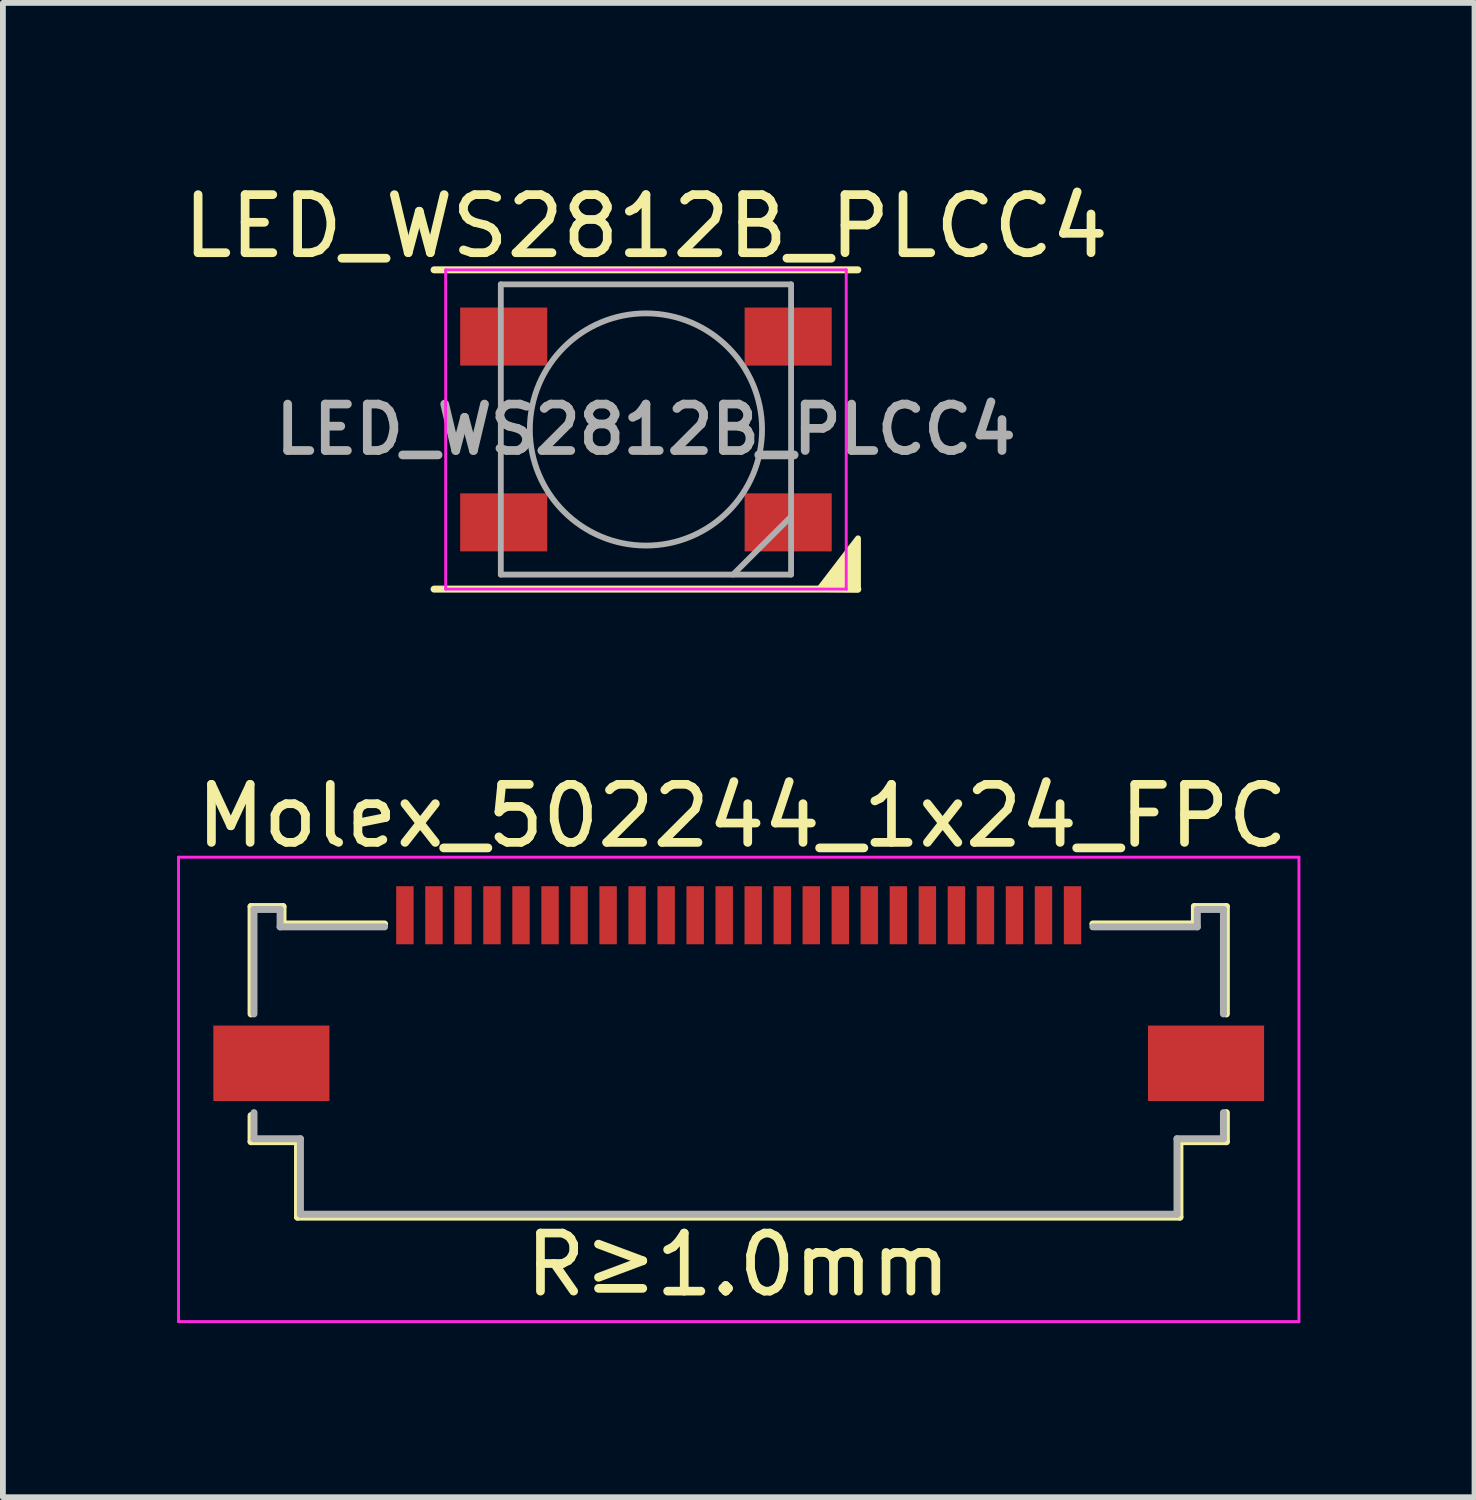
<source format=kicad_pcb>
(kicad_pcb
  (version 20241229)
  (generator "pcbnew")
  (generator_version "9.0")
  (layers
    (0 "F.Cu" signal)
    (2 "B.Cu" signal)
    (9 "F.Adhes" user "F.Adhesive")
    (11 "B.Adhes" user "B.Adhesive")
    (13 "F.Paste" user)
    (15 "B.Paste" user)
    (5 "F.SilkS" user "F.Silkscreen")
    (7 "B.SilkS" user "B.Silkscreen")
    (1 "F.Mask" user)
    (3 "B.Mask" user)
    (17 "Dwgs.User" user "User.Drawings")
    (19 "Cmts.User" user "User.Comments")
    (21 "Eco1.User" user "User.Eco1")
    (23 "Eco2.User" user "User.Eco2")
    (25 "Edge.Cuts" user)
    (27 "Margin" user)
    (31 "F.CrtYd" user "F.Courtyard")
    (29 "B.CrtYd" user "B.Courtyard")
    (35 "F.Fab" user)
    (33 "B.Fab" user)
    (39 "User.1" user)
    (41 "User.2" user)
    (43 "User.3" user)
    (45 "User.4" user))
  (footprint "LED_WS2812B_PLCC4"
    (layer "F.Cu")
    (at 8.077 4.348)
    (property "Reference" "LED_WS2812B_PLCC4" (at 0 -3.5 0) (layer "F.SilkS") (effects (font (size 1 1) (thickness 0.15))))
    (attr smd)
    (fp_line (start -3.65 -2.75) (end 3.65 -2.75) (stroke (width 0.12) (type solid)) (layer "F.SilkS"))
    (fp_line (start -3.65 2.75) (end 3.65 2.75) (stroke (width 0.12) (type solid)) (layer "F.SilkS"))
    (fp_poly (pts (xy 3.653 2.758) (xy 3 2.748) (xy 2.985 2.748) (xy 3.653 1.875)) (stroke (width 0.1) (type solid)) (fill yes) (layer "F.SilkS"))
    (fp_line (start -3.45 -2.75) (end -3.45 2.75) (stroke (width 0.05) (type solid)) (layer "F.CrtYd"))
    (fp_line (start -3.45 2.75) (end 3.45 2.75) (stroke (width 0.05) (type solid)) (layer "F.CrtYd"))
    (fp_line (start 3.45 -2.75) (end -3.45 -2.75) (stroke (width 0.05) (type solid)) (layer "F.CrtYd"))
    (fp_line (start 3.45 2.75) (end 3.45 -2.75) (stroke (width 0.05) (type solid)) (layer "F.CrtYd"))
    (fp_line (start -2.5 -2.5) (end -2.5 2.5) (stroke (width 0.1) (type solid)) (layer "F.Fab"))
    (fp_line (start -2.5 2.5) (end 2.5 2.5) (stroke (width 0.1) (type solid)) (layer "F.Fab"))
    (fp_line (start 2.5 -2.5) (end -2.5 -2.5) (stroke (width 0.1) (type solid)) (layer "F.Fab"))
    (fp_line (start 2.5 1.5) (end 1.5 2.5) (stroke (width 0.1) (type solid)) (layer "F.Fab"))
    (fp_line (start 2.5 2.5) (end 2.5 -2.5) (stroke (width 0.1) (type solid)) (layer "F.Fab"))
    (fp_circle (center 0 0) (end 0 -2) (stroke (width 0.1) (type solid)) (fill no) (layer "F.Fab"))
    (fp_text user "${REFERENCE}" (at 0 0 0) (layer "F.Fab") (effects (font (size 0.8 0.8) (thickness 0.15))))
    (pad "1" smd rect (at -2.45 -1.6) (size 1.5 1) (layers "F.Cu" "F.Mask" "F.Paste"))
    (pad "2" smd rect (at -2.45 1.6) (size 1.5 1) (layers "F.Cu" "F.Mask" "F.Paste"))
    (pad "3" smd rect (at 2.45 1.6) (size 1.5 1) (layers "F.Cu" "F.Mask" "F.Paste"))
    (pad "4" smd rect (at 2.45 -1.6) (size 1.5 1) (layers "F.Cu" "F.Mask" "F.Paste")))
  (footprint "Molex_502244_1x24_FPC"
    (layer "F.Cu")
    (at 9.675 12.716)
    (property "Reference" "Molex_502244_1x24_FPC" (at 0.06 -1.71 0) (layer "F.SilkS") (effects (font (size 1 1) (thickness 0.15))))
    (attr smd)
    (fp_line (start -8.4 -0.15) (end -8.4 1.7) (stroke (width 0.12) (type solid)) (layer "F.SilkS"))
    (fp_line (start -8.4 3.45) (end -8.4 3.9) (stroke (width 0.12) (type solid)) (layer "F.SilkS"))
    (fp_line (start -8.4 3.9) (end -7.6 3.9) (stroke (width 0.12) (type solid)) (layer "F.SilkS"))
    (fp_line (start -7.85 -0.15) (end -8.4 -0.15) (stroke (width 0.12) (type solid)) (layer "F.SilkS"))
    (fp_line (start -7.85 0.15) (end -7.85 -0.15) (stroke (width 0.12) (type solid)) (layer "F.SilkS"))
    (fp_line (start -7.6 3.9) (end -7.6 5.2) (stroke (width 0.12) (type solid)) (layer "F.SilkS"))
    (fp_line (start -7.6 5.2) (end 7.6 5.2) (stroke (width 0.12) (type solid)) (layer "F.SilkS"))
    (fp_line (start -6.1 0.15) (end -7.85 0.15) (stroke (width 0.12) (type solid)) (layer "F.SilkS"))
    (fp_line (start 7.6 3.9) (end 8.4 3.9) (stroke (width 0.12) (type solid)) (layer "F.SilkS"))
    (fp_line (start 7.6 5.2) (end 7.6 3.9) (stroke (width 0.12) (type solid)) (layer "F.SilkS"))
    (fp_line (start 7.85 -0.15) (end 7.85 0.15) (stroke (width 0.12) (type solid)) (layer "F.SilkS"))
    (fp_line (start 7.85 0.15) (end 6.1 0.15) (stroke (width 0.12) (type solid)) (layer "F.SilkS"))
    (fp_line (start 8.4 -0.15) (end 7.85 -0.15) (stroke (width 0.12) (type solid)) (layer "F.SilkS"))
    (fp_line (start 8.4 1.7) (end 8.4 -0.15) (stroke (width 0.12) (type solid)) (layer "F.SilkS"))
    (fp_line (start 8.4 3.9) (end 8.4 3.4) (stroke (width 0.12) (type solid)) (layer "F.SilkS"))
    (fp_line (start -9.65 -1) (end -9.65 7) (stroke (width 0.05) (type solid)) (layer "F.CrtYd"))
    (fp_line (start -9.65 -1) (end 9.65 -1) (stroke (width 0.05) (type solid)) (layer "F.CrtYd"))
    (fp_line (start -9.65 7) (end 9.65 7) (stroke (width 0.05) (type solid)) (layer "F.CrtYd"))
    (fp_line (start 9.65 -1) (end 9.65 7) (stroke (width 0.05) (type solid)) (layer "F.CrtYd"))
    (fp_line (start -8.35 -0.1) (end -8.35 1.7) (stroke (width 0.12) (type solid)) (layer "F.Fab"))
    (fp_line (start -8.35 3.4) (end -8.35 3.85) (stroke (width 0.12) (type solid)) (layer "F.Fab"))
    (fp_line (start -8.35 3.85) (end -7.55 3.85) (stroke (width 0.12) (type solid)) (layer "F.Fab"))
    (fp_line (start -7.9 -0.1) (end -8.35 -0.1) (stroke (width 0.12) (type solid)) (layer "F.Fab"))
    (fp_line (start -7.9 0.2) (end -7.9 -0.1) (stroke (width 0.12) (type solid)) (layer "F.Fab"))
    (fp_line (start -7.55 3.85) (end -7.55 5.15) (stroke (width 0.12) (type solid)) (layer "F.Fab"))
    (fp_line (start -7.55 5.15) (end 7.55 5.15) (stroke (width 0.12) (type solid)) (layer "F.Fab"))
    (fp_line (start -6.1 0.2) (end -7.9 0.2) (stroke (width 0.12) (type solid)) (layer "F.Fab"))
    (fp_line (start 7.55 3.85) (end 8.35 3.85) (stroke (width 0.12) (type solid)) (layer "F.Fab"))
    (fp_line (start 7.55 5.15) (end 7.55 3.85) (stroke (width 0.12) (type solid)) (layer "F.Fab"))
    (fp_line (start 7.9 -0.1) (end 7.9 0.2) (stroke (width 0.12) (type solid)) (layer "F.Fab"))
    (fp_line (start 7.9 0.2) (end 6.1 0.2) (stroke (width 0.12) (type solid)) (layer "F.Fab"))
    (fp_line (start 8.35 -0.1) (end 7.9 -0.1) (stroke (width 0.12) (type solid)) (layer "F.Fab"))
    (fp_line (start 8.35 1.7) (end 8.35 -0.1) (stroke (width 0.12) (type solid)) (layer "F.Fab"))
    (fp_line (start 8.35 3.85) (end 8.35 3.4) (stroke (width 0.12) (type solid)) (layer "F.Fab"))
    (fp_text user "R≥1.0mm" (at -0.01 6.02 0) (layer "F.SilkS") (effects (font (size 1 1) (thickness 0.15))))
    (pad "0" smd rect (at -8.05 2.55) (size 2 1.3) (layers "F.Cu" "F.Mask" "F.Paste"))
    (pad "0" smd rect (at 8.05 2.55) (size 2 1.3) (layers "F.Cu" "F.Mask" "F.Paste"))
    (pad "1" smd rect (at 5.75 0) (size 0.3 1) (layers "F.Cu" "F.Mask" "F.Paste"))
    (pad "2" smd rect (at 5.25 0) (size 0.3 1) (layers "F.Cu" "F.Mask" "F.Paste"))
    (pad "3" smd rect (at 4.75 0) (size 0.3 1) (layers "F.Cu" "F.Mask" "F.Paste"))
    (pad "4" smd rect (at 4.25 0) (size 0.3 1) (layers "F.Cu" "F.Mask" "F.Paste"))
    (pad "5" smd rect (at 3.75 0) (size 0.3 1) (layers "F.Cu" "F.Mask" "F.Paste"))
    (pad "6" smd rect (at 3.25 0) (size 0.3 1) (layers "F.Cu" "F.Mask" "F.Paste"))
    (pad "7" smd rect (at 2.75 0) (size 0.3 1) (layers "F.Cu" "F.Mask" "F.Paste"))
    (pad "8" smd rect (at 2.25 0) (size 0.3 1) (layers "F.Cu" "F.Mask" "F.Paste"))
    (pad "9" smd rect (at 1.75 0) (size 0.3 1) (layers "F.Cu" "F.Mask" "F.Paste"))
    (pad "10" smd rect (at 1.25 0) (size 0.3 1) (layers "F.Cu" "F.Mask" "F.Paste"))
    (pad "11" smd rect (at 0.75 0) (size 0.3 1) (layers "F.Cu" "F.Mask" "F.Paste"))
    (pad "12" smd rect (at 0.25 0) (size 0.3 1) (layers "F.Cu" "F.Mask" "F.Paste"))
    (pad "13" smd rect (at -0.25 0) (size 0.3 1) (layers "F.Cu" "F.Mask" "F.Paste"))
    (pad "14" smd rect (at -0.75 0) (size 0.3 1) (layers "F.Cu" "F.Mask" "F.Paste"))
    (pad "15" smd rect (at -1.25 0) (size 0.3 1) (layers "F.Cu" "F.Mask" "F.Paste"))
    (pad "16" smd rect (at -1.75 0) (size 0.3 1) (layers "F.Cu" "F.Mask" "F.Paste"))
    (pad "17" smd rect (at -2.25 0) (size 0.3 1) (layers "F.Cu" "F.Mask" "F.Paste"))
    (pad "18" smd rect (at -2.75 0) (size 0.3 1) (layers "F.Cu" "F.Mask" "F.Paste"))
    (pad "19" smd rect (at -3.25 0) (size 0.3 1) (layers "F.Cu" "F.Mask" "F.Paste"))
    (pad "20" smd rect (at -3.75 0) (size 0.3 1) (layers "F.Cu" "F.Mask" "F.Paste"))
    (pad "21" smd rect (at -4.25 0) (size 0.3 1) (layers "F.Cu" "F.Mask" "F.Paste"))
    (pad "22" smd rect (at -4.75 0) (size 0.3 1) (layers "F.Cu" "F.Mask" "F.Paste"))
    (pad "23" smd rect (at -5.25 0) (size 0.3 1) (layers "F.Cu" "F.Mask" "F.Paste"))
    (pad "24" smd rect (at -5.75 0) (size 0.3 1) (layers "F.Cu" "F.Mask" "F.Paste")))
  (gr_rect
    (start -3 -3)
    (end 22.35 22.741)
    (stroke (width 0.1) (type default))
    (fill no)
    (layer "Edge.Cuts")))
</source>
